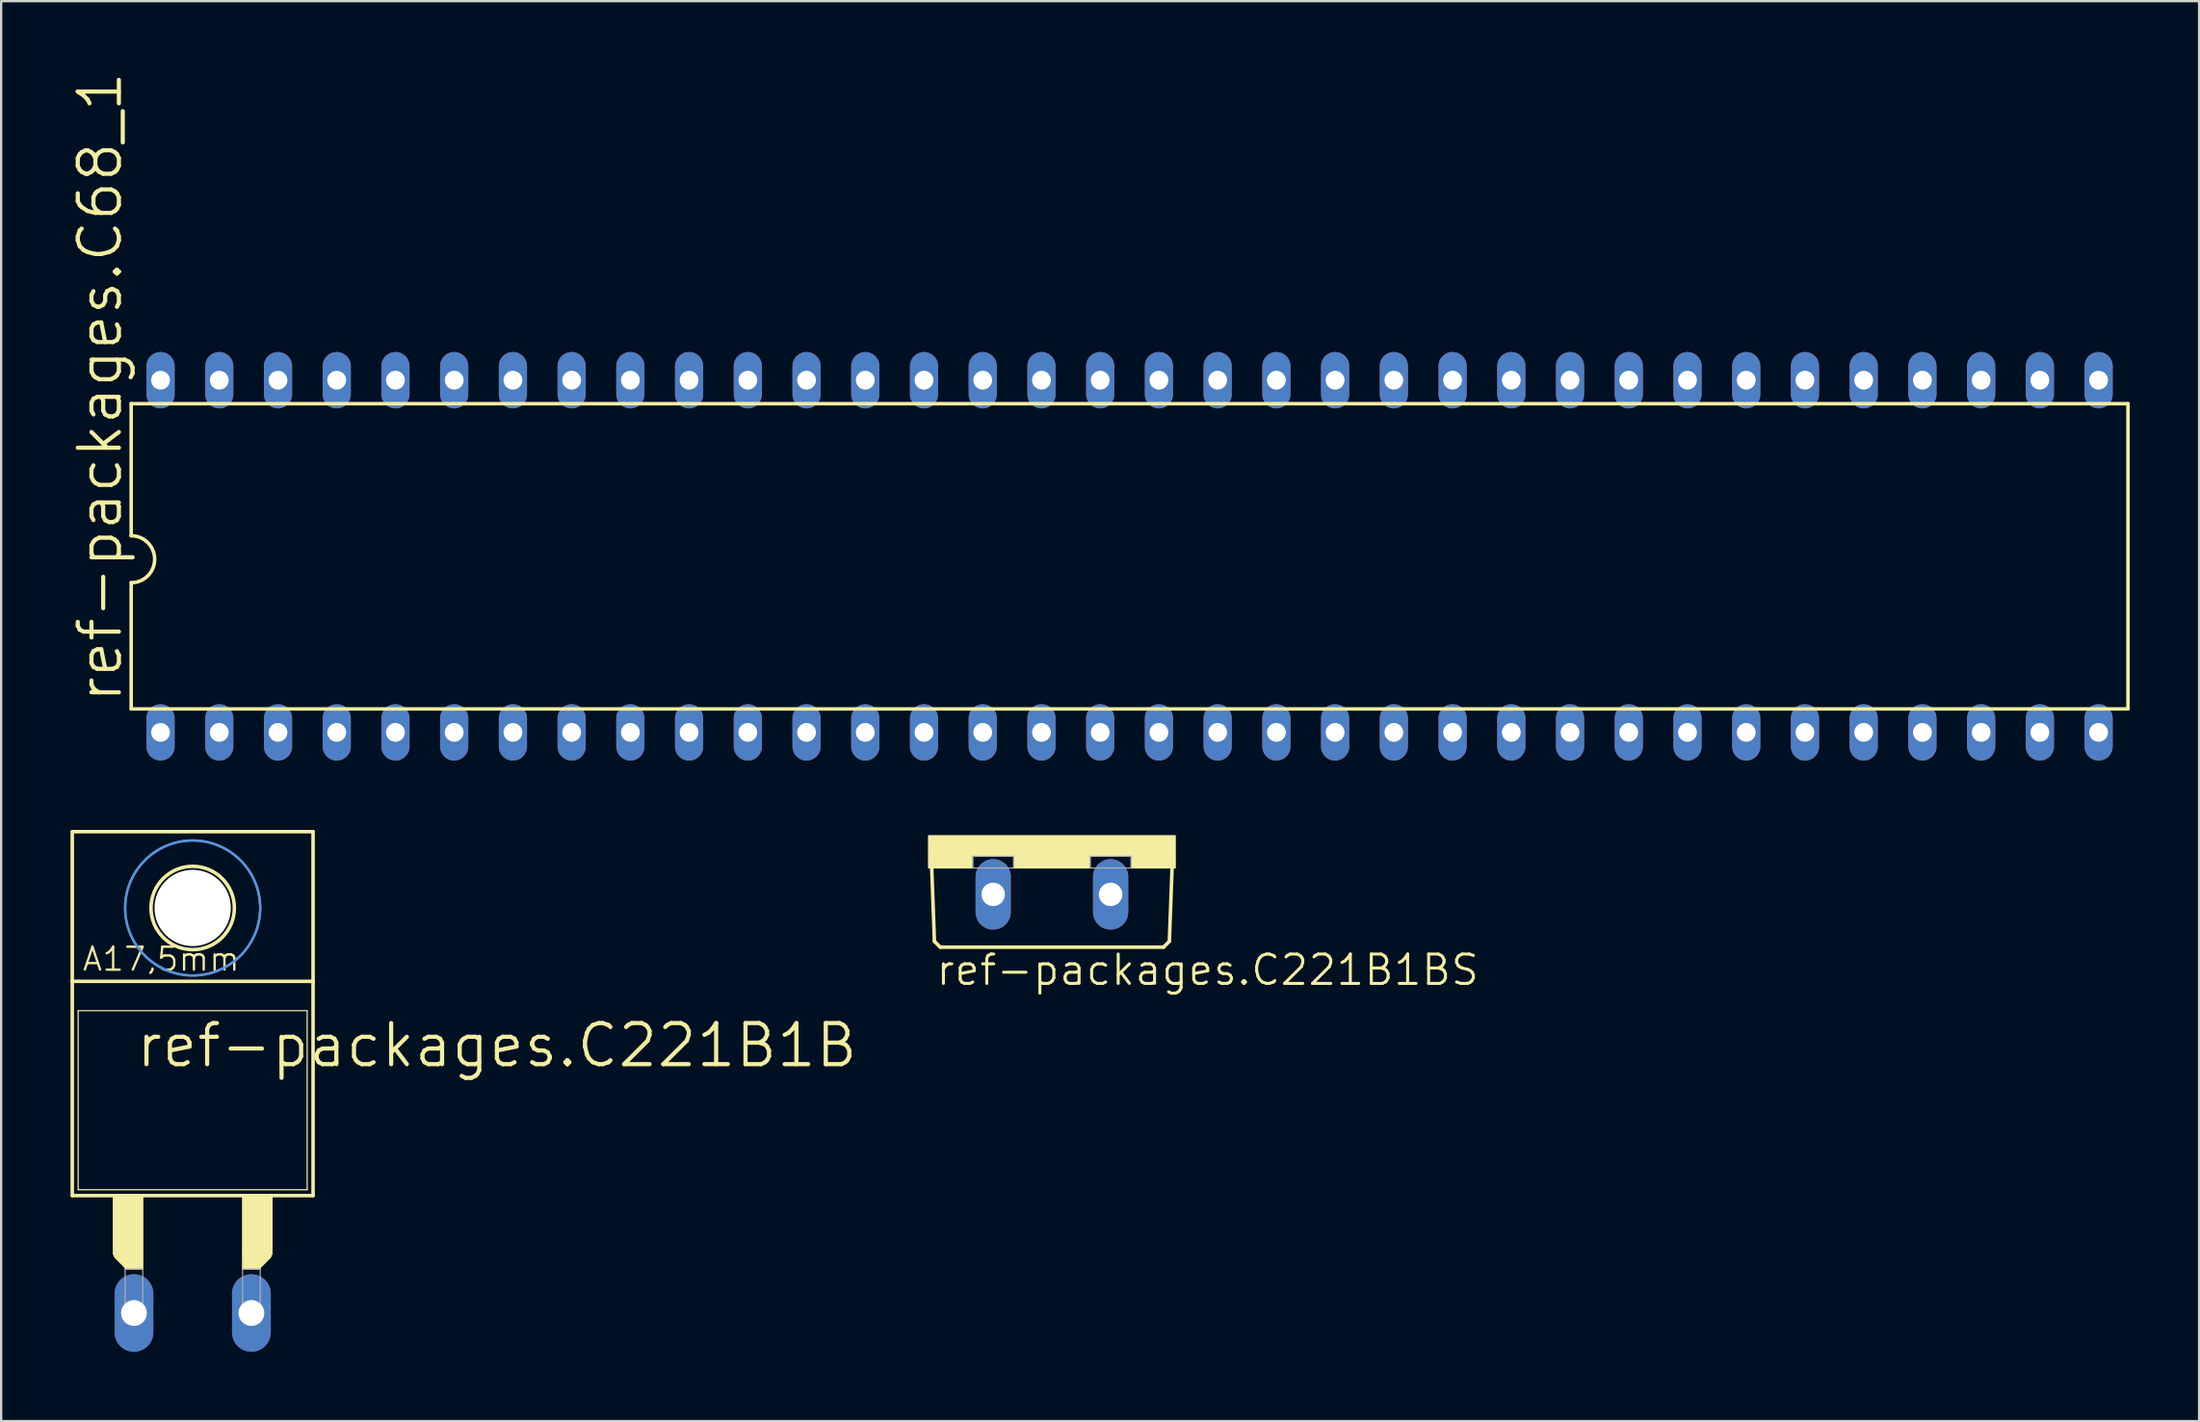
<source format=kicad_pcb>
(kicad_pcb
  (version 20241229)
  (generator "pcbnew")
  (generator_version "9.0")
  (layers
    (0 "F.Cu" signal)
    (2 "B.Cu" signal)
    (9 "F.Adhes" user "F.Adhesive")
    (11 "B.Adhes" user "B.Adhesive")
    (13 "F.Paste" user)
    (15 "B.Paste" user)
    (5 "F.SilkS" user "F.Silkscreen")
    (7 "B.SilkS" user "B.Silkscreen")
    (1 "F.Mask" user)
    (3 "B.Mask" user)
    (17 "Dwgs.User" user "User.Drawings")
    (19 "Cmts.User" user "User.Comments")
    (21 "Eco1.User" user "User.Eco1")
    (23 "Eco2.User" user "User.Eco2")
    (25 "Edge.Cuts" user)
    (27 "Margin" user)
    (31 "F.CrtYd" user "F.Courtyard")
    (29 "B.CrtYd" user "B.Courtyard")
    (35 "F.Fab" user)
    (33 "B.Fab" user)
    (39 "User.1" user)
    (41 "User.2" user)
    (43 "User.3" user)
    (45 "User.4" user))
  (footprint "ref-packages.C221B1BS"
    (layer "F.Cu")
    (at 42.444 33.11)
    (property "Reference" "ref-packages.C221B1BS" (at -5.08 6.553 0) (layer "F.SilkS") (effects (font (size 1.27 1.27) (thickness 0.13)) (justify left bottom)))
    (attr through_hole)
    (fp_line (start -5.08 4.572) (end -5.207 1.143) (stroke (width 0.152) (type default)) (layer "F.SilkS"))
    (fp_line (start -5.08 4.572) (end -4.826 4.826) (stroke (width 0.152) (type default)) (layer "F.SilkS"))
    (fp_line (start 4.826 4.826) (end -4.826 4.826) (stroke (width 0.152) (type default)) (layer "F.SilkS"))
    (fp_line (start 4.826 4.826) (end 5.08 4.572) (stroke (width 0.152) (type default)) (layer "F.SilkS"))
    (fp_line (start 5.207 1.143) (end 5.08 4.572) (stroke (width 0.152) (type default)) (layer "F.SilkS"))
    (fp_rect (start -5.334 0.889) (end 5.334 0) (stroke (width 0.05) (type default)) (fill yes) (layer "F.SilkS"))
    (fp_rect (start -5.334 1.397) (end -3.429 0.889) (stroke (width 0.05) (type default)) (fill yes) (layer "F.SilkS"))
    (fp_rect (start -1.651 1.397) (end 1.651 0.889) (stroke (width 0.05) (type default)) (fill yes) (layer "F.SilkS"))
    (fp_rect (start 3.429 1.397) (end 5.334 0.889) (stroke (width 0.05) (type default)) (fill yes) (layer "F.SilkS"))
    (fp_rect (start -3.429 1.397) (end -1.651 0.889) (stroke (width 0.05) (type default)) (fill no) (layer "F.Fab"))
    (fp_rect (start 1.651 1.397) (end 3.429 0.889) (stroke (width 0.05) (type default)) (fill no) (layer "F.Fab"))
    (pad "A" thru_hole oval (at -2.54 2.54 90) (size 3.048 1.524) (drill 1.016) (layers "*.Cu" "*.Mask"))
    (pad "C" thru_hole oval (at 2.54 2.54 90) (size 3.048 1.524) (drill 1.016) (layers "*.Cu" "*.Mask")))
  (footprint "ref-packages.C221B1B"
    (layer "F.Cu")
    (at 5.283 47.414)
    (property "Reference" "ref-packages.C221B1B" (at -2.54 -4.191 0) (layer "F.SilkS") (effects (font (size 1.778 1.778) (thickness 0.18)) (justify left bottom)))
    (attr through_hole)
    (fp_line (start -5.207 -8.001) (end -5.207 -14.478) (stroke (width 0.152) (type default)) (layer "F.SilkS"))
    (fp_line (start -5.207 1.27) (end -5.207 -8.001) (stroke (width 0.152) (type default)) (layer "F.SilkS"))
    (fp_line (start -5.207 1.27) (end 5.207 1.27) (stroke (width 0.152) (type default)) (layer "F.SilkS"))
    (fp_line (start -4.953 -6.731) (end -4.953 1.016) (stroke (width 0.051) (type default)) (layer "F.SilkS"))
    (fp_line (start -2.794 4.191) (end -3.175 3.81) (stroke (width 0.508) (type default)) (layer "F.SilkS"))
    (fp_line (start 3.175 3.81) (end 2.794 4.191) (stroke (width 0.508) (type default)) (layer "F.SilkS"))
    (fp_line (start 4.953 -6.731) (end -4.953 -6.731) (stroke (width 0.051) (type default)) (layer "F.SilkS"))
    (fp_line (start 4.953 -6.731) (end 4.953 1.016) (stroke (width 0.051) (type default)) (layer "F.SilkS"))
    (fp_line (start 4.953 1.016) (end -4.953 1.016) (stroke (width 0.051) (type default)) (layer "F.SilkS"))
    (fp_line (start 5.207 -14.478) (end -5.207 -14.478) (stroke (width 0.152) (type default)) (layer "F.SilkS"))
    (fp_line (start 5.207 -8.001) (end -5.207 -8.001) (stroke (width 0.152) (type default)) (layer "F.SilkS"))
    (fp_line (start 5.207 -8.001) (end 5.207 -14.478) (stroke (width 0.152) (type default)) (layer "F.SilkS"))
    (fp_line (start 5.207 1.27) (end 5.207 -8.001) (stroke (width 0.152) (type default)) (layer "F.SilkS"))
    (fp_rect (start -3.429 3.81) (end -2.159 1.27) (stroke (width 0.05) (type default)) (fill yes) (layer "F.SilkS"))
    (fp_rect (start -2.921 4.445) (end -2.159 3.81) (stroke (width 0.05) (type default)) (fill yes) (layer "F.SilkS"))
    (fp_rect (start 2.159 3.81) (end 3.429 1.27) (stroke (width 0.05) (type default)) (fill yes) (layer "F.SilkS"))
    (fp_rect (start 2.159 4.445) (end 2.921 3.81) (stroke (width 0.05) (type default)) (fill yes) (layer "F.SilkS"))
    (fp_circle (center 0 -11.176) (end 1.803 -11.176) (stroke (width 0.152) (type default)) (fill no) (layer "F.SilkS"))
    (fp_circle (center 0 -11.176) (end 2.921 -11.176) (stroke (width 0.1) (type default)) (fill no) (layer "Cmts.User"))
    (fp_circle (center 0 -11.176) (end 2.921 -11.176) (stroke (width 0.1) (type default)) (fill no) (layer "Cmts.User"))
    (fp_rect (start -2.921 6.35) (end -2.159 4.445) (stroke (width 0.05) (type default)) (fill no) (layer "F.Fab"))
    (fp_rect (start 2.159 6.35) (end 2.921 4.445) (stroke (width 0.05) (type default)) (fill no) (layer "F.Fab"))
    (fp_text user "A17,5mm" (at -4.826 -8.382 0) (layer "F.SilkS") (effects (font (size 0.991 0.991) (thickness 0.1)) (justify left bottom)))
    (pad "" np_thru_hole circle (at 0 -11.176) (size 3.302 3.302) (drill 3.302) (layers "*.Cu" "*.Mask"))
    (pad "A" thru_hole oval (at -2.54 6.35 90) (size 3.353 1.676) (drill 1.118) (layers "*.Cu" "*.Mask"))
    (pad "C" thru_hole oval (at 2.54 6.35 90) (size 3.353 1.676) (drill 1.118) (layers "*.Cu" "*.Mask")))
  (footprint "ref-packages.C68_1"
    (layer "F.Cu")
    (at 45.803 21.021)
    (property "Reference" "ref-packages.C68_1" (at -43.485 6.426 90) (layer "F.SilkS") (effects (font (size 1.778 1.778) (thickness 0.18)) (justify left bottom)))
    (attr through_hole)
    (fp_line (start -43.18 -6.604) (end -43.18 -0.889) (stroke (width 0.152) (type default)) (layer "F.SilkS"))
    (fp_line (start -43.18 6.604) (end -43.18 1.143) (stroke (width 0.152) (type default)) (layer "F.SilkS"))
    (fp_line (start -43.18 6.604) (end 43.18 6.604) (stroke (width 0.152) (type default)) (layer "F.SilkS"))
    (fp_line (start 43.18 -6.604) (end -43.18 -6.604) (stroke (width 0.152) (type default)) (layer "F.SilkS"))
    (fp_line (start 43.18 -6.604) (end 43.18 6.604) (stroke (width 0.152) (type default)) (layer "F.SilkS"))
    (fp_arc (start -43.18 -0.889) (mid -42.164 0.127) (end -43.18 1.143) (stroke (width 0.1524) (type default)) (layer "F.SilkS"))
    (pad "1" thru_hole oval (at -41.91 7.62 90) (size 2.438 1.219) (drill 0.813) (layers "*.Cu" "*.Mask"))
    (pad "2" thru_hole oval (at -39.37 7.62 90) (size 2.438 1.219) (drill 0.813) (layers "*.Cu" "*.Mask"))
    (pad "3" thru_hole oval (at -36.83 7.62 90) (size 2.438 1.219) (drill 0.813) (layers "*.Cu" "*.Mask"))
    (pad "4" thru_hole oval (at -34.29 7.62 90) (size 2.438 1.219) (drill 0.813) (layers "*.Cu" "*.Mask"))
    (pad "5" thru_hole oval (at -31.75 7.62 90) (size 2.438 1.219) (drill 0.813) (layers "*.Cu" "*.Mask"))
    (pad "6" thru_hole oval (at -29.21 7.62 90) (size 2.438 1.219) (drill 0.813) (layers "*.Cu" "*.Mask"))
    (pad "7" thru_hole oval (at -26.67 7.62 90) (size 2.438 1.219) (drill 0.813) (layers "*.Cu" "*.Mask"))
    (pad "8" thru_hole oval (at -24.13 7.62 90) (size 2.438 1.219) (drill 0.813) (layers "*.Cu" "*.Mask"))
    (pad "9" thru_hole oval (at -21.59 7.62 90) (size 2.438 1.219) (drill 0.813) (layers "*.Cu" "*.Mask"))
    (pad "10" thru_hole oval (at -19.05 7.62 90) (size 2.438 1.219) (drill 0.813) (layers "*.Cu" "*.Mask"))
    (pad "11" thru_hole oval (at -16.51 7.62 90) (size 2.438 1.219) (drill 0.813) (layers "*.Cu" "*.Mask"))
    (pad "12" thru_hole oval (at -13.97 7.62 90) (size 2.438 1.219) (drill 0.813) (layers "*.Cu" "*.Mask"))
    (pad "13" thru_hole oval (at -11.43 7.62 90) (size 2.438 1.219) (drill 0.813) (layers "*.Cu" "*.Mask"))
    (pad "14" thru_hole oval (at -8.89 7.62 90) (size 2.438 1.219) (drill 0.813) (layers "*.Cu" "*.Mask"))
    (pad "15" thru_hole oval (at -6.35 7.62 90) (size 2.438 1.219) (drill 0.813) (layers "*.Cu" "*.Mask"))
    (pad "16" thru_hole oval (at -3.81 7.62 90) (size 2.438 1.219) (drill 0.813) (layers "*.Cu" "*.Mask"))
    (pad "17" thru_hole oval (at -1.27 7.62 90) (size 2.438 1.219) (drill 0.813) (layers "*.Cu" "*.Mask"))
    (pad "18" thru_hole oval (at 1.27 7.62 90) (size 2.438 1.219) (drill 0.813) (layers "*.Cu" "*.Mask"))
    (pad "19" thru_hole oval (at 3.81 7.62 90) (size 2.438 1.219) (drill 0.813) (layers "*.Cu" "*.Mask"))
    (pad "20" thru_hole oval (at 6.35 7.62 90) (size 2.438 1.219) (drill 0.813) (layers "*.Cu" "*.Mask"))
    (pad "21" thru_hole oval (at 8.89 7.62 90) (size 2.438 1.219) (drill 0.813) (layers "*.Cu" "*.Mask"))
    (pad "22" thru_hole oval (at 11.43 7.62 90) (size 2.438 1.219) (drill 0.813) (layers "*.Cu" "*.Mask"))
    (pad "23" thru_hole oval (at 13.97 7.62 90) (size 2.438 1.219) (drill 0.813) (layers "*.Cu" "*.Mask"))
    (pad "24" thru_hole oval (at 16.51 7.62 90) (size 2.438 1.219) (drill 0.813) (layers "*.Cu" "*.Mask"))
    (pad "25" thru_hole oval (at 19.05 7.62 90) (size 2.438 1.219) (drill 0.813) (layers "*.Cu" "*.Mask"))
    (pad "26" thru_hole oval (at 21.59 7.62 90) (size 2.438 1.219) (drill 0.813) (layers "*.Cu" "*.Mask"))
    (pad "27" thru_hole oval (at 24.13 7.62 90) (size 2.438 1.219) (drill 0.813) (layers "*.Cu" "*.Mask"))
    (pad "28" thru_hole oval (at 26.67 7.62 90) (size 2.438 1.219) (drill 0.813) (layers "*.Cu" "*.Mask"))
    (pad "29" thru_hole oval (at 29.21 7.62 90) (size 2.438 1.219) (drill 0.813) (layers "*.Cu" "*.Mask"))
    (pad "30" thru_hole oval (at 31.75 7.62 90) (size 2.438 1.219) (drill 0.813) (layers "*.Cu" "*.Mask"))
    (pad "31" thru_hole oval (at 34.29 7.62 90) (size 2.438 1.219) (drill 0.813) (layers "*.Cu" "*.Mask"))
    (pad "32" thru_hole oval (at 36.83 7.62 90) (size 2.438 1.219) (drill 0.813) (layers "*.Cu" "*.Mask"))
    (pad "33" thru_hole oval (at 39.37 7.62 90) (size 2.438 1.219) (drill 0.813) (layers "*.Cu" "*.Mask"))
    (pad "34" thru_hole oval (at 41.91 7.62 90) (size 2.438 1.219) (drill 0.813) (layers "*.Cu" "*.Mask"))
    (pad "35" thru_hole oval (at 41.91 -7.62 90) (size 2.438 1.219) (drill 0.813) (layers "*.Cu" "*.Mask"))
    (pad "36" thru_hole oval (at 39.37 -7.62 90) (size 2.438 1.219) (drill 0.813) (layers "*.Cu" "*.Mask"))
    (pad "37" thru_hole oval (at 36.83 -7.62 90) (size 2.438 1.219) (drill 0.813) (layers "*.Cu" "*.Mask"))
    (pad "38" thru_hole oval (at 34.29 -7.62 90) (size 2.438 1.219) (drill 0.813) (layers "*.Cu" "*.Mask"))
    (pad "39" thru_hole oval (at 31.75 -7.62 90) (size 2.438 1.219) (drill 0.813) (layers "*.Cu" "*.Mask"))
    (pad "40" thru_hole oval (at 29.21 -7.62 90) (size 2.438 1.219) (drill 0.813) (layers "*.Cu" "*.Mask"))
    (pad "41" thru_hole oval (at 26.67 -7.62 90) (size 2.438 1.219) (drill 0.813) (layers "*.Cu" "*.Mask"))
    (pad "42" thru_hole oval (at 24.13 -7.62 90) (size 2.438 1.219) (drill 0.813) (layers "*.Cu" "*.Mask"))
    (pad "43" thru_hole oval (at 21.59 -7.62 90) (size 2.438 1.219) (drill 0.813) (layers "*.Cu" "*.Mask"))
    (pad "44" thru_hole oval (at 19.05 -7.62 90) (size 2.438 1.219) (drill 0.813) (layers "*.Cu" "*.Mask"))
    (pad "45" thru_hole oval (at 16.51 -7.62 90) (size 2.438 1.219) (drill 0.813) (layers "*.Cu" "*.Mask"))
    (pad "46" thru_hole oval (at 13.97 -7.62 90) (size 2.438 1.219) (drill 0.813) (layers "*.Cu" "*.Mask"))
    (pad "47" thru_hole oval (at 11.43 -7.62 90) (size 2.438 1.219) (drill 0.813) (layers "*.Cu" "*.Mask"))
    (pad "48" thru_hole oval (at 8.89 -7.62 90) (size 2.438 1.219) (drill 0.813) (layers "*.Cu" "*.Mask"))
    (pad "49" thru_hole oval (at 6.35 -7.62 90) (size 2.438 1.219) (drill 0.813) (layers "*.Cu" "*.Mask"))
    (pad "50" thru_hole oval (at 3.81 -7.62 90) (size 2.438 1.219) (drill 0.813) (layers "*.Cu" "*.Mask"))
    (pad "51" thru_hole oval (at 1.27 -7.62 90) (size 2.438 1.219) (drill 0.813) (layers "*.Cu" "*.Mask"))
    (pad "52" thru_hole oval (at -1.27 -7.62 90) (size 2.438 1.219) (drill 0.813) (layers "*.Cu" "*.Mask"))
    (pad "53" thru_hole oval (at -3.81 -7.62 90) (size 2.438 1.219) (drill 0.813) (layers "*.Cu" "*.Mask"))
    (pad "54" thru_hole oval (at -6.35 -7.62 90) (size 2.438 1.219) (drill 0.813) (layers "*.Cu" "*.Mask"))
    (pad "55" thru_hole oval (at -8.89 -7.62 90) (size 2.438 1.219) (drill 0.813) (layers "*.Cu" "*.Mask"))
    (pad "56" thru_hole oval (at -11.43 -7.62 90) (size 2.438 1.219) (drill 0.813) (layers "*.Cu" "*.Mask"))
    (pad "57" thru_hole oval (at -13.97 -7.62 90) (size 2.438 1.219) (drill 0.813) (layers "*.Cu" "*.Mask"))
    (pad "58" thru_hole oval (at -16.51 -7.62 90) (size 2.438 1.219) (drill 0.813) (layers "*.Cu" "*.Mask"))
    (pad "59" thru_hole oval (at -19.05 -7.62 90) (size 2.438 1.219) (drill 0.813) (layers "*.Cu" "*.Mask"))
    (pad "60" thru_hole oval (at -21.59 -7.62 90) (size 2.438 1.219) (drill 0.813) (layers "*.Cu" "*.Mask"))
    (pad "61" thru_hole oval (at -24.13 -7.62 90) (size 2.438 1.219) (drill 0.813) (layers "*.Cu" "*.Mask"))
    (pad "62" thru_hole oval (at -26.67 -7.62 90) (size 2.438 1.219) (drill 0.813) (layers "*.Cu" "*.Mask"))
    (pad "63" thru_hole oval (at -29.21 -7.62 90) (size 2.438 1.219) (drill 0.813) (layers "*.Cu" "*.Mask"))
    (pad "64" thru_hole oval (at -31.75 -7.62 90) (size 2.438 1.219) (drill 0.813) (layers "*.Cu" "*.Mask"))
    (pad "65" thru_hole oval (at -34.29 -7.62 90) (size 2.438 1.219) (drill 0.813) (layers "*.Cu" "*.Mask"))
    (pad "66" thru_hole oval (at -36.83 -7.62 90) (size 2.438 1.219) (drill 0.813) (layers "*.Cu" "*.Mask"))
    (pad "67" thru_hole oval (at -39.37 -7.62 90) (size 2.438 1.219) (drill 0.813) (layers "*.Cu" "*.Mask"))
    (pad "68" thru_hole oval (at -41.91 -7.62 90) (size 2.438 1.219) (drill 0.813) (layers "*.Cu" "*.Mask")))
  (gr_rect
    (start -3 -3)
    (end 92.059 58.441)
    (stroke (width 0.1) (type default))
    (fill no)
    (layer "Edge.Cuts")))
</source>
